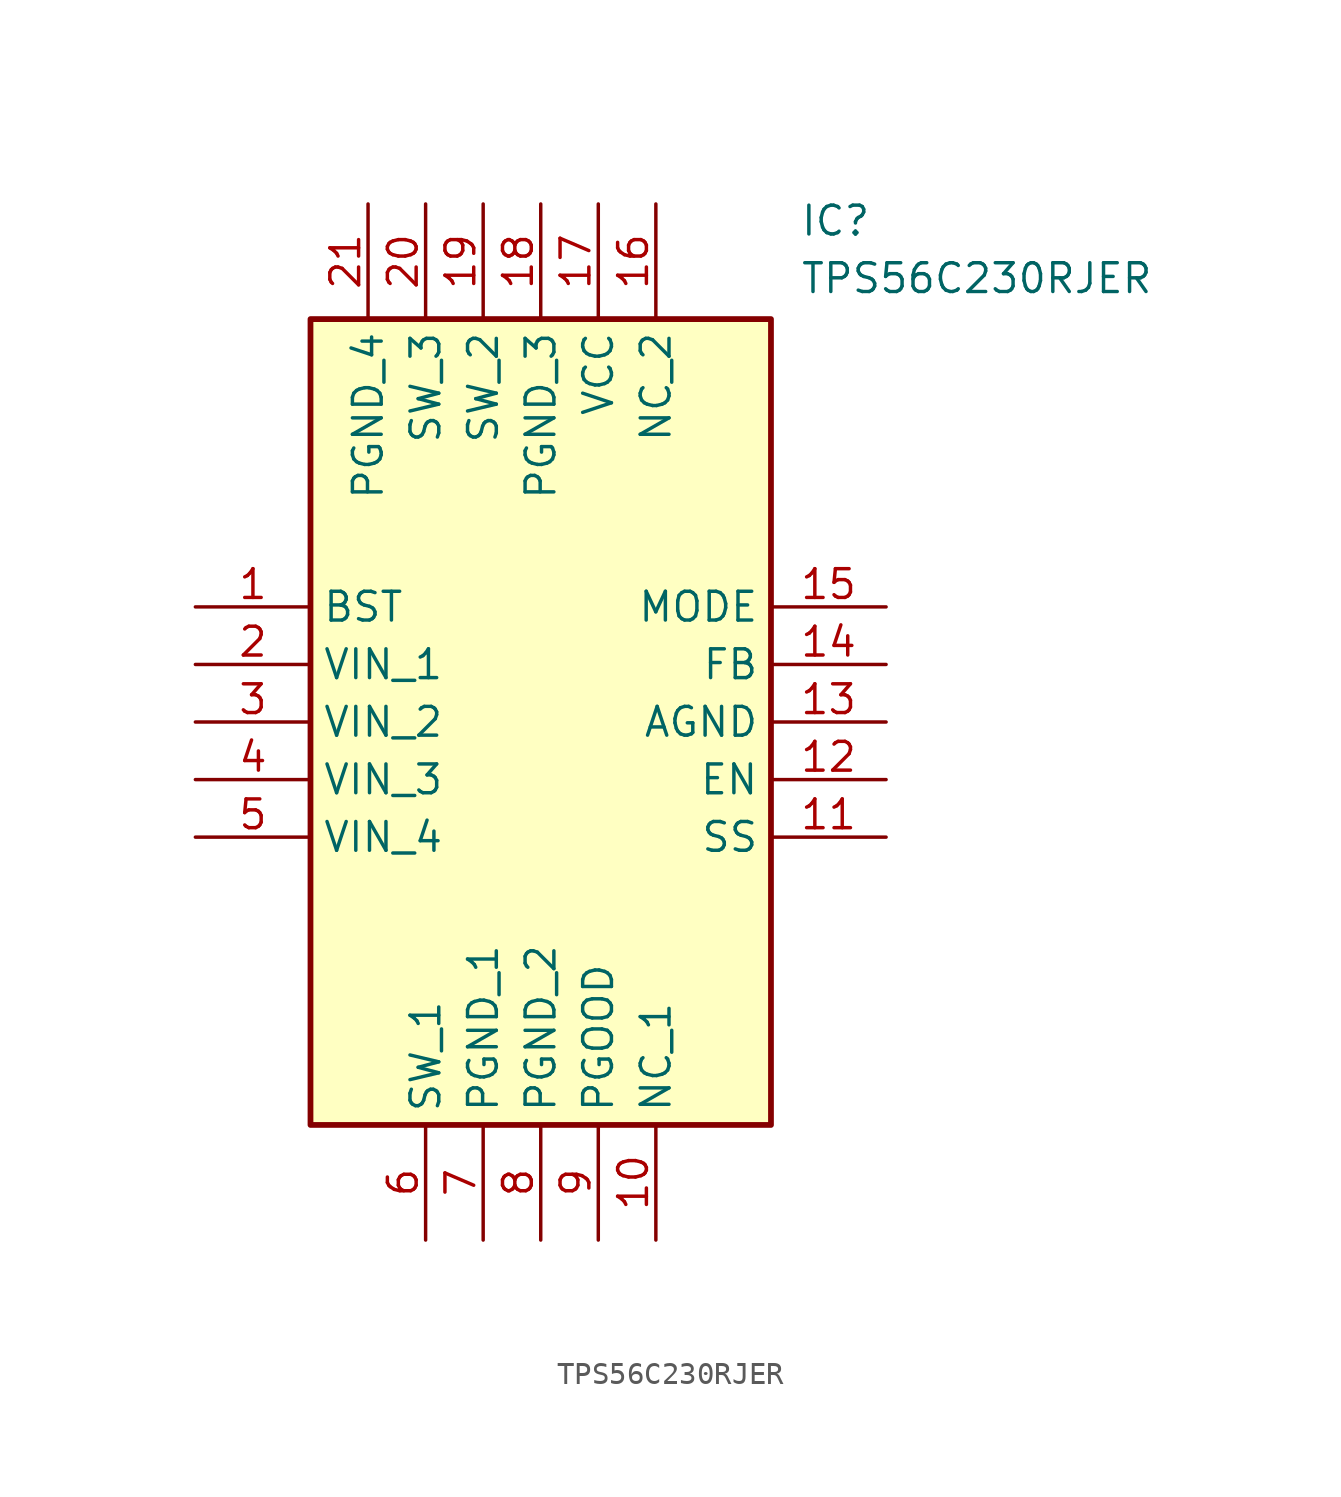
<source format=kicad_sym>
(kicad_symbol_lib
  (version 20211014)
  (generator SamacSys_ECAD_Model)
  (symbol "TPS56C230RJER"
    (property "Reference" "IC"
      (at 26.67 17.78 0)
      (effects (font (size 1.27 1.27)) (justify left top)))
    (property "Value" "TPS56C230RJER"
      (at 26.67 15.24 0)
      (effects (font (size 1.27 1.27)) (justify left top)))
    (rectangle
      (start 5.08 12.7)
      (end 25.4 -22.86)
      (stroke (width 0.254) (type default))
      (fill (type background)))
    (pin passive line
      (at 0 0 0)
      (length 5.08)
      (name "BST" (effects (font (size 1.27 1.27))))
      (number "1" (effects (font (size 1.27 1.27)))))
    (pin passive line
      (at 0 -2.54 0)
      (length 5.08)
      (name "VIN_1" (effects (font (size 1.27 1.27))))
      (number "2" (effects (font (size 1.27 1.27)))))
    (pin passive line
      (at 0 -5.08 0)
      (length 5.08)
      (name "VIN_2" (effects (font (size 1.27 1.27))))
      (number "3" (effects (font (size 1.27 1.27)))))
    (pin passive line
      (at 0 -7.62 0)
      (length 5.08)
      (name "VIN_3" (effects (font (size 1.27 1.27))))
      (number "4" (effects (font (size 1.27 1.27)))))
    (pin passive line
      (at 0 -10.16 0)
      (length 5.08)
      (name "VIN_4" (effects (font (size 1.27 1.27))))
      (number "5" (effects (font (size 1.27 1.27)))))
    (pin passive line
      (at 10.16 -27.94 90)
      (length 5.08)
      (name "SW_1" (effects (font (size 1.27 1.27))))
      (number "6" (effects (font (size 1.27 1.27)))))
    (pin passive line
      (at 12.7 -27.94 90)
      (length 5.08)
      (name "PGND_1" (effects (font (size 1.27 1.27))))
      (number "7" (effects (font (size 1.27 1.27)))))
    (pin passive line
      (at 15.24 -27.94 90)
      (length 5.08)
      (name "PGND_2" (effects (font (size 1.27 1.27))))
      (number "8" (effects (font (size 1.27 1.27)))))
    (pin passive line
      (at 17.78 -27.94 90)
      (length 5.08)
      (name "PGOOD" (effects (font (size 1.27 1.27))))
      (number "9" (effects (font (size 1.27 1.27)))))
    (pin passive line
      (at 20.32 -27.94 90)
      (length 5.08)
      (name "NC_1" (effects (font (size 1.27 1.27))))
      (number "10" (effects (font (size 1.27 1.27)))))
    (pin passive line
      (at 30.48 0 180)
      (length 5.08)
      (name "MODE" (effects (font (size 1.27 1.27))))
      (number "15" (effects (font (size 1.27 1.27)))))
    (pin passive line
      (at 30.48 -2.54 180)
      (length 5.08)
      (name "FB" (effects (font (size 1.27 1.27))))
      (number "14" (effects (font (size 1.27 1.27)))))
    (pin passive line
      (at 30.48 -5.08 180)
      (length 5.08)
      (name "AGND" (effects (font (size 1.27 1.27))))
      (number "13" (effects (font (size 1.27 1.27)))))
    (pin passive line
      (at 30.48 -7.62 180)
      (length 5.08)
      (name "EN" (effects (font (size 1.27 1.27))))
      (number "12" (effects (font (size 1.27 1.27)))))
    (pin passive line
      (at 30.48 -10.16 180)
      (length 5.08)
      (name "SS" (effects (font (size 1.27 1.27))))
      (number "11" (effects (font (size 1.27 1.27)))))
    (pin passive line
      (at 7.62 17.78 270)
      (length 5.08)
      (name "PGND_4" (effects (font (size 1.27 1.27))))
      (number "21" (effects (font (size 1.27 1.27)))))
    (pin passive line
      (at 10.16 17.78 270)
      (length 5.08)
      (name "SW_3" (effects (font (size 1.27 1.27))))
      (number "20" (effects (font (size 1.27 1.27)))))
    (pin passive line
      (at 12.7 17.78 270)
      (length 5.08)
      (name "SW_2" (effects (font (size 1.27 1.27))))
      (number "19" (effects (font (size 1.27 1.27)))))
    (pin passive line
      (at 15.24 17.78 270)
      (length 5.08)
      (name "PGND_3" (effects (font (size 1.27 1.27))))
      (number "18" (effects (font (size 1.27 1.27)))))
    (pin passive line
      (at 17.78 17.78 270)
      (length 5.08)
      (name "VCC" (effects (font (size 1.27 1.27))))
      (number "17" (effects (font (size 1.27 1.27)))))
    (pin passive line
      (at 20.32 17.78 270)
      (length 5.08)
      (name "NC_2" (effects (font (size 1.27 1.27))))
      (number "16" (effects (font (size 1.27 1.27)))))))
</source>
